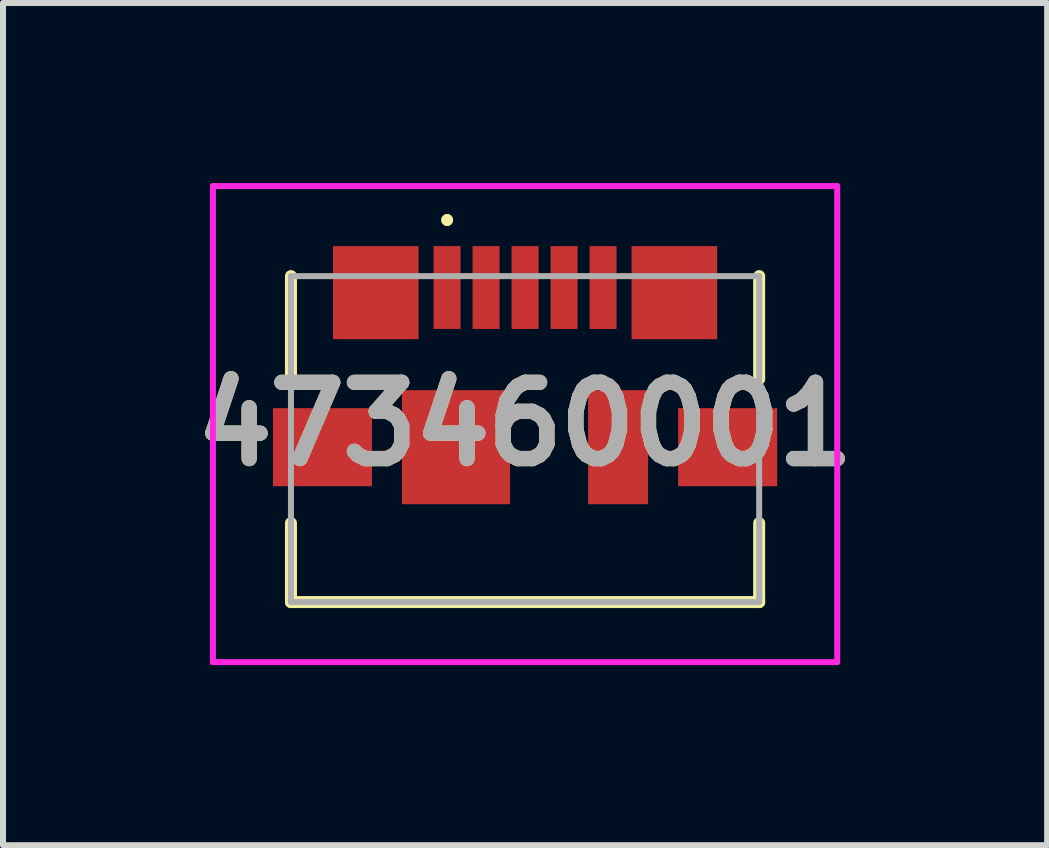
<source format=kicad_pcb>
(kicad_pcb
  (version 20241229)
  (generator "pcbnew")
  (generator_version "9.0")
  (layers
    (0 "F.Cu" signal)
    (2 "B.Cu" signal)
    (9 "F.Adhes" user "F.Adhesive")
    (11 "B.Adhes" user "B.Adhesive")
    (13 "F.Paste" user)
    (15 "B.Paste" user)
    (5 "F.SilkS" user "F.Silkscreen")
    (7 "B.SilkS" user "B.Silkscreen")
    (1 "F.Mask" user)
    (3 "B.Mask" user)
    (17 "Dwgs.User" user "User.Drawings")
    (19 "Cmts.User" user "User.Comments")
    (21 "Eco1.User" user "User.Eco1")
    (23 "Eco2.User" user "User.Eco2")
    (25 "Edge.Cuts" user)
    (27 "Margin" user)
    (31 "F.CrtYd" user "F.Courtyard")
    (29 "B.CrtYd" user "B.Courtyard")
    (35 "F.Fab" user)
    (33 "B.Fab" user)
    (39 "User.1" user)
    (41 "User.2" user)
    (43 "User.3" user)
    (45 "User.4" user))
  (footprint "473460001"
    (layer "F.Cu")
    (at 5.697 4.265)
    (property "Reference" "473460001" (at 0 -0.25 0) (layer "F.SilkS") (effects (font (size 1.27 1.27) (thickness 0.254))))
    (attr smd)
    (fp_line (start -3.9 -1) (end -3.9 -2.715) (stroke (width 0.2) (type solid)) (layer "F.SilkS"))
    (fp_line (start -3.9 1.4) (end -3.9 2.715) (stroke (width 0.2) (type solid)) (layer "F.SilkS"))
    (fp_line (start -3.9 2.715) (end 3.9 2.715) (stroke (width 0.2) (type solid)) (layer "F.SilkS"))
    (fp_line (start -1.3 -3.7) (end -1.3 -3.7) (stroke (width 0.1) (type solid)) (layer "F.SilkS"))
    (fp_line (start -1.3 -3.6) (end -1.3 -3.6) (stroke (width 0.1) (type solid)) (layer "F.SilkS"))
    (fp_line (start -1.3 -3.6) (end -1.3 -3.6) (stroke (width 0.1) (type solid)) (layer "F.SilkS"))
    (fp_line (start 3.9 -2.715) (end 3.9 -1) (stroke (width 0.2) (type solid)) (layer "F.SilkS"))
    (fp_line (start 3.9 2.715) (end 3.9 1.4) (stroke (width 0.2) (type solid)) (layer "F.SilkS"))
    (fp_arc (start -1.3 -3.7) (mid -1.25 -3.65) (end -1.3 -3.6) (stroke (width 0.1) (type solid)) (layer "F.SilkS"))
    (fp_arc (start -1.3 -3.7) (mid -1.25 -3.65) (end -1.3 -3.6) (stroke (width 0.1) (type solid)) (layer "F.SilkS"))
    (fp_arc (start -1.3 -3.6) (mid -1.35 -3.65) (end -1.3 -3.7) (stroke (width 0.1) (type solid)) (layer "F.SilkS"))
    (fp_line (start -5.2 -4.215) (end 5.2 -4.215) (stroke (width 0.1) (type solid)) (layer "F.CrtYd"))
    (fp_line (start -5.2 3.715) (end -5.2 -4.215) (stroke (width 0.1) (type solid)) (layer "F.CrtYd"))
    (fp_line (start 5.2 -4.215) (end 5.2 3.715) (stroke (width 0.1) (type solid)) (layer "F.CrtYd"))
    (fp_line (start 5.2 3.715) (end -5.2 3.715) (stroke (width 0.1) (type solid)) (layer "F.CrtYd"))
    (fp_line (start -3.9 -2.715) (end -3.9 2.715) (stroke (width 0.1) (type solid)) (layer "F.Fab"))
    (fp_line (start -3.9 2.715) (end 3.9 2.715) (stroke (width 0.1) (type solid)) (layer "F.Fab"))
    (fp_line (start 3.9 -2.715) (end -3.9 -2.715) (stroke (width 0.1) (type solid)) (layer "F.Fab"))
    (fp_line (start 3.9 2.715) (end 3.9 -2.715) (stroke (width 0.1) (type solid)) (layer "F.Fab"))
    (fp_text user "${REFERENCE}" (at 0 -0.25 0) (layer "F.Fab") (effects (font (size 1.27 1.27) (thickness 0.254))))
    (pad "1" smd rect (at -1.3 -2.525) (size 0.45 1.38) (layers "F.Cu" "F.Mask" "F.Paste"))
    (pad "2" smd rect (at -0.65 -2.525) (size 0.45 1.38) (layers "F.Cu" "F.Mask" "F.Paste"))
    (pad "3" smd rect (at 0 -2.525) (size 0.45 1.38) (layers "F.Cu" "F.Mask" "F.Paste"))
    (pad "4" smd rect (at 0.65 -2.525) (size 0.45 1.38) (layers "F.Cu" "F.Mask" "F.Paste"))
    (pad "5" smd rect (at 1.3 -2.525) (size 0.45 1.38) (layers "F.Cu" "F.Mask" "F.Paste"))
    (pad "6" smd rect (at -2.487 -2.44) (size 1.425 1.55) (layers "F.Cu" "F.Mask" "F.Paste"))
    (pad "7" smd rect (at 2.487 -2.44) (size 1.425 1.55) (layers "F.Cu" "F.Mask" "F.Paste"))
    (pad "8" smd rect (at -3.375 0.135 90) (size 1.3 1.65) (layers "F.Cu" "F.Mask" "F.Paste"))
    (pad "9" smd rect (at -1.15 0.135) (size 1.8 1.9) (layers "F.Cu" "F.Mask" "F.Paste"))
    (pad "10" smd rect (at 1.55 0.135) (size 1 1.9) (layers "F.Cu" "F.Mask" "F.Paste"))
    (pad "11" smd rect (at 3.375 0.135 90) (size 1.3 1.65) (layers "F.Cu" "F.Mask" "F.Paste")))
  (gr_rect
    (start -3 -3)
    (end 14.394 11.03)
    (stroke (width 0.1) (type default))
    (fill no)
    (layer "Edge.Cuts")))
</source>
